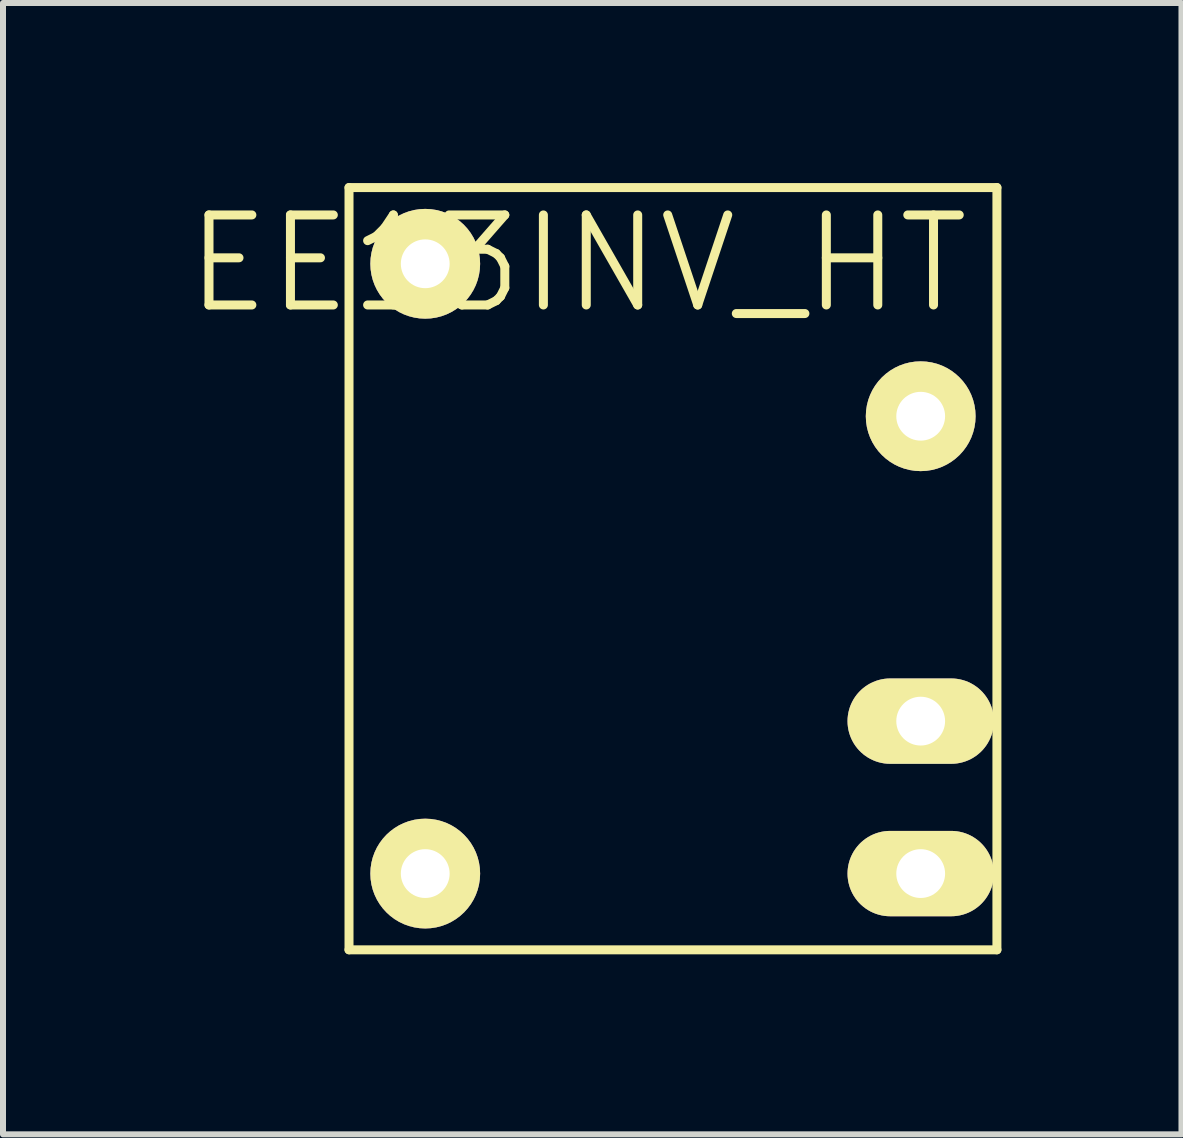
<source format=kicad_pcb>
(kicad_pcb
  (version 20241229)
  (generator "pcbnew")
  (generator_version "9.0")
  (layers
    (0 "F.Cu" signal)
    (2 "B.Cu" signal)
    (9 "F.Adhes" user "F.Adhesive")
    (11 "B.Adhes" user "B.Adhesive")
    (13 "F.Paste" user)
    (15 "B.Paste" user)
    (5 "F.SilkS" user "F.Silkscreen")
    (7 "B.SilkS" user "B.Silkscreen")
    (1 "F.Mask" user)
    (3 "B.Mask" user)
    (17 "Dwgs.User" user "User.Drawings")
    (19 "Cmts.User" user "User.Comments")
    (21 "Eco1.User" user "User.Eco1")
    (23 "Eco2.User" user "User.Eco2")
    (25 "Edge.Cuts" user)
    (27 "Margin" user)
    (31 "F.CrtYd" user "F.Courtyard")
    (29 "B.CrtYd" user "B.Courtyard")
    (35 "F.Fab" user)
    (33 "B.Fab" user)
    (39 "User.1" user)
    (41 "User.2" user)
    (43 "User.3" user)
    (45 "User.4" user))
  (footprint "EE13INV_HT"
    (layer "F.Cu")
    (at 12.29 1.345)
    (property "Reference" "EE13INV_HT" (at -5.715 0 0) (layer "F.SilkS") (effects (font (size 1.5 1.5) (thickness 0.15))))
    (attr through_hole)
    (fp_line (start -9.525 -1.27) (end 1.27 -1.27) (stroke (width 0.15) (type solid)) (layer "F.SilkS"))
    (fp_line (start -9.525 11.43) (end -9.525 -1.27) (stroke (width 0.15) (type solid)) (layer "F.SilkS"))
    (fp_line (start 1.27 -1.27) (end 1.27 11.43) (stroke (width 0.15) (type solid)) (layer "F.SilkS"))
    (fp_line (start 1.27 11.43) (end -9.525 11.43) (stroke (width 0.15) (type solid)) (layer "F.SilkS"))
    (pad "1" thru_hole oval (at 0 10.16) (size 2.438 1.422) (drill 0.813) (layers "*.Cu" "*.Mask" "F.SilkS"))
    (pad "2" thru_hole oval (at 0 7.62) (size 2.438 1.422) (drill 0.813) (layers "*.Cu" "*.Mask" "F.SilkS"))
    (pad "3" thru_hole circle (at 0 2.54) (size 1.829 1.829) (drill 0.813) (layers "*.Cu" "*.Mask" "F.SilkS"))
    (pad "5" thru_hole circle (at -8.255 0) (size 1.829 1.829) (drill 0.813) (layers "*.Cu" "*.Mask" "F.SilkS"))
    (pad "6" thru_hole circle (at -8.255 10.16) (size 1.829 1.829) (drill 0.813) (layers "*.Cu" "*.Mask" "F.SilkS")))
  (gr_rect
    (start -3 -3)
    (end 16.635 15.85)
    (stroke (width 0.1) (type default))
    (fill no)
    (layer "Edge.Cuts")))
</source>
